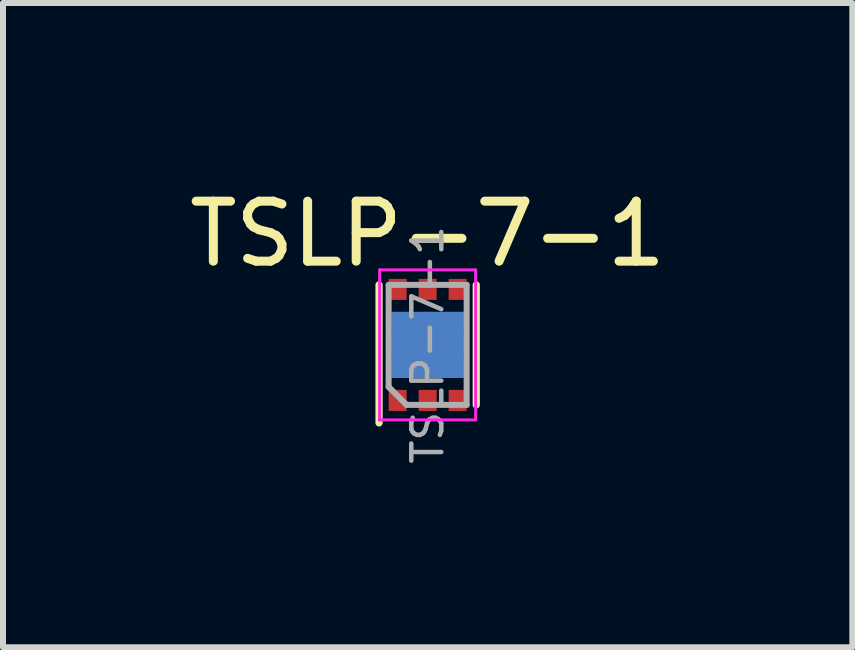
<source format=kicad_pcb>
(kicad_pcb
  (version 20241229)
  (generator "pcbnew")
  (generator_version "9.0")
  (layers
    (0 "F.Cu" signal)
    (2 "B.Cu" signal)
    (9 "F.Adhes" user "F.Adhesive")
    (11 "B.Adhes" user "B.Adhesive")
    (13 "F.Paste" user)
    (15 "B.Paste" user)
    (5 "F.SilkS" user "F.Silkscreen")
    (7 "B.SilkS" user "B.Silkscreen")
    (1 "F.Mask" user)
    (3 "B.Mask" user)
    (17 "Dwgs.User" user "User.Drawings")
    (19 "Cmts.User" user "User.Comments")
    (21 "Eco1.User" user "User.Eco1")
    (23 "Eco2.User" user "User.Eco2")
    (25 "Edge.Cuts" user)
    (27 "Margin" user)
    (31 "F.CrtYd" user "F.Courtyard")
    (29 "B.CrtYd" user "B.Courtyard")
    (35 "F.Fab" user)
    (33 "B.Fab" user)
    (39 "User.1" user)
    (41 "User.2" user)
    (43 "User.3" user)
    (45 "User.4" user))
  (footprint "TSLP-7-1"
    (layer "F.Cu")
    (at 4.077 2.698)
    (property "Reference" "TSLP-7-1" (at 0 -1.85 0) (layer "F.SilkS") (effects (font (size 1 1) (thickness 0.15))))
    (attr smd)
    (fp_line (start -0.81 -1) (end -0.81 1.3) (stroke (width 0.12) (type solid)) (layer "F.SilkS"))
    (fp_line (start 0.81 -1) (end 0.81 1) (stroke (width 0.12) (type solid)) (layer "F.SilkS"))
    (fp_line (start -0.8 -1.25) (end 0.8 -1.25) (stroke (width 0.05) (type solid)) (layer "F.CrtYd"))
    (fp_line (start -0.8 1.25) (end -0.8 -1.25) (stroke (width 0.05) (type solid)) (layer "F.CrtYd"))
    (fp_line (start 0.8 -1.25) (end 0.8 1.25) (stroke (width 0.05) (type solid)) (layer "F.CrtYd"))
    (fp_line (start 0.8 1.25) (end -0.8 1.25) (stroke (width 0.05) (type solid)) (layer "F.CrtYd"))
    (fp_line (start -0.65 -1) (end 0.65 -1) (stroke (width 0.1) (type solid)) (layer "F.Fab"))
    (fp_line (start -0.65 0.7) (end -0.65 -1) (stroke (width 0.1) (type solid)) (layer "F.Fab"))
    (fp_line (start -0.35 1) (end -0.65 0.7) (stroke (width 0.1) (type solid)) (layer "F.Fab"))
    (fp_line (start 0.65 -1) (end 0.65 1) (stroke (width 0.1) (type solid)) (layer "F.Fab"))
    (fp_line (start 0.65 1) (end -0.35 1) (stroke (width 0.1) (type solid)) (layer "F.Fab"))
    (fp_text user "${REFERENCE}" (at 0 0 90) (layer "F.Fab") (effects (font (size 0.5 0.5) (thickness 0.075))))
    (pad "1" smd rect (at -0.5 0.925) (size 0.3 0.35) (layers "F.Cu" "F.Mask" "F.Paste"))
    (pad "2" smd rect (at 0 0.925) (size 0.3 0.35) (layers "F.Cu" "F.Mask" "F.Paste"))
    (pad "3" smd rect (at 0.5 0.925) (size 0.3 0.35) (layers "F.Cu" "F.Mask" "F.Paste"))
    (pad "4" smd rect (at 0.5 -0.925) (size 0.3 0.35) (layers "F.Cu" "F.Mask" "F.Paste"))
    (pad "5" smd rect (at 0 -0.925) (size 0.3 0.35) (layers "F.Cu" "F.Mask" "F.Paste"))
    (pad "6" smd rect (at -0.5 -0.925) (size 0.3 0.35) (layers "F.Cu" "F.Mask" "F.Paste"))
    (pad "7" smd rect (at -0.45 -0.4) (size 0.3 0.3) (layers "F.Cu" "F.Paste"))
    (pad "7" smd rect (at -0.45 0) (size 0.3 0.3) (layers "F.Cu" "F.Paste"))
    (pad "7" smd rect (at -0.45 0.4) (size 0.3 0.3) (layers "F.Cu" "F.Paste"))
    (pad "7" smd rect (at 0 -0.4) (size 0.3 0.3) (layers "F.Cu" "F.Paste"))
    (pad "7" smd rect (at 0 0) (size 0.3 0.3) (layers "F.Cu" "F.Paste"))
    (pad "7" smd rect (at 0 0) (size 1.2 1.1) (layers "F.Cu" "F.Mask"))
    (pad "7" smd rect (at 0 0) (size 1.2 1.1) (layers "B.Cu"))
    (pad "7" smd rect (at 0 0.4) (size 0.3 0.3) (layers "F.Cu" "F.Paste"))
    (pad "7" smd rect (at 0.45 -0.4) (size 0.3 0.3) (layers "F.Cu" "F.Paste"))
    (pad "7" smd rect (at 0.45 0) (size 0.3 0.3) (layers "F.Cu" "F.Paste"))
    (pad "7" smd rect (at 0.45 0.4) (size 0.3 0.3) (layers "F.Cu" "F.Paste")))
  (gr_rect
    (start -3 -3)
    (end 11.155 7.737)
    (stroke (width 0.1) (type default))
    (fill no)
    (layer "Edge.Cuts")))
</source>
